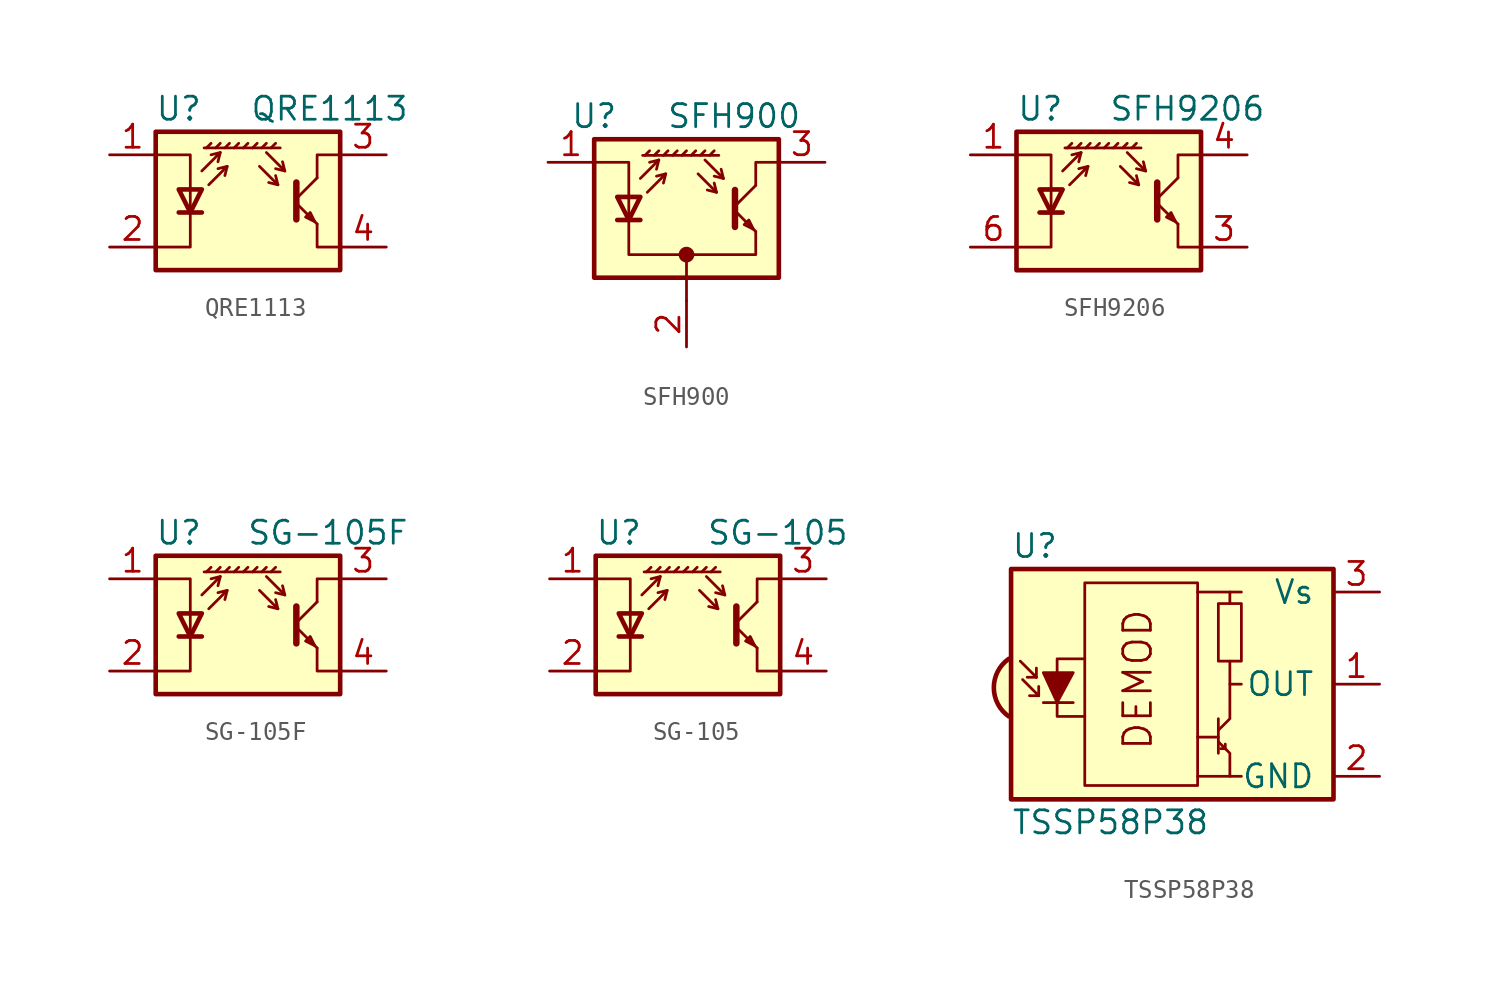
<source format=kicad_sym>
(kicad_symbol_lib
  (version 20201005)
  (generator kicad_symbol_editor)
  (symbol "Sensor_Proximity:QRE1113"
    (pin_names
      (offset 0.025) hide)
    (property "Reference" "U"
      (at -3.81 5.08 0)
      (effects (font (size 1.27 1.27))))
    (property "Value" "QRE1113"
      (at 8.89 5.08 0)
      (effects (font (size 1.27 1.27)) (justify right)))
    (symbol "QRE1113_0_1"
      (polyline (pts (xy -3.81 -0.635) (xy -2.54 -0.635)) (stroke (width 0.254)) (fill (type none)))
      (polyline (pts (xy -2.286 2.921) (xy -2.032 3.175)) (stroke (width 0)) (fill (type none)))
      (polyline (pts (xy -1.778 2.921) (xy -1.524 3.175)) (stroke (width 0)) (fill (type none)))
      (polyline (pts (xy -1.524 2.667) (xy -1.651 2.159)) (stroke (width 0)) (fill (type none)))
      (polyline (pts (xy -1.27 2.921) (xy -1.016 3.175)) (stroke (width 0)) (fill (type none)))
      (polyline (pts (xy -1.143 1.905) (xy -1.27 1.397)) (stroke (width 0)) (fill (type none)))
      (polyline (pts (xy -0.762 2.921) (xy -0.508 3.175)) (stroke (width 0)) (fill (type none)))
      (polyline (pts (xy -0.254 2.921) (xy 0 3.175)) (stroke (width 0)) (fill (type none)))
      (polyline (pts (xy 0.254 2.921) (xy 0.508 3.175)) (stroke (width 0)) (fill (type none)))
      (polyline (pts (xy 0.762 2.921) (xy 1.016 3.175)) (stroke (width 0)) (fill (type none)))
      (polyline (pts (xy 1.27 2.921) (xy 1.524 3.175)) (stroke (width 0)) (fill (type none)))
      (polyline (pts (xy 1.651 0.889) (xy 1.143 1.016)) (stroke (width 0)) (fill (type none)))
      (polyline (pts (xy 1.778 2.921) (xy -2.413 2.921)) (stroke (width 0)) (fill (type none)))
      (polyline (pts (xy 2.032 1.651) (xy 1.524 1.778)) (stroke (width 0)) (fill (type none)))
      (polyline (pts (xy 2.667 -0.127) (xy 3.81 -1.27)) (stroke (width 0)) (fill (type none)))
      (polyline (pts (xy 2.667 0.127) (xy 3.81 1.27)) (stroke (width 0)) (fill (type none)))
      (polyline (pts (xy -2.54 1.651) (xy -1.524 2.667) (xy -2.032 2.54)) (stroke (width 0)) (fill (type none)))
      (polyline (pts (xy -2.159 0.889) (xy -1.143 1.905) (xy -1.651 1.778)) (stroke (width 0)) (fill (type none)))
      (polyline (pts (xy 0.635 1.905) (xy 1.651 0.889) (xy 1.524 1.397)) (stroke (width 0)) (fill (type none)))
      (polyline (pts (xy 1.016 2.667) (xy 2.032 1.651) (xy 1.905 2.159)) (stroke (width 0)) (fill (type none)))
      (polyline (pts (xy 2.667 1.016) (xy 2.667 -1.016) (xy 2.667 -1.016)) (stroke (width 0.356)) (fill (type none)))
      (polyline (pts (xy 3.81 -1.27) (xy 3.81 -2.54) (xy 5.08 -2.54)) (stroke (width 0)) (fill (type none)))
      (polyline (pts (xy 3.81 1.27) (xy 3.81 2.54) (xy 5.08 2.54)) (stroke (width 0)) (fill (type none)))
      (polyline (pts (xy -5.08 -2.54) (xy -3.175 -2.54) (xy -3.175 2.54) (xy -5.08 2.54)) (stroke (width 0)) (fill (type none)))
      (polyline (pts (xy -3.175 -0.635) (xy -3.81 0.635) (xy -2.54 0.635) (xy -3.175 -0.635)) (stroke (width 0.254)) (fill (type none)))
      (polyline (pts (xy 3.683 -1.143) (xy 3.429 -0.635) (xy 3.175 -0.889) (xy 3.683 -1.143)) (stroke (width 0)) (fill (type none)))
      (polyline (pts (xy -5.08 -3.81) (xy 5.08 -3.81) (xy 5.08 3.81) (xy -5.08 3.81) (xy -5.08 -3.81)) (stroke (width 0.254)) (fill (type background))))
    (symbol "QRE1113_1_1"
      (pin passive line (at -7.62 2.54 0) (length 2.54) (name "A" (effects (font (size 1.27 1.27)))) (number "1" (effects (font (size 1.27 1.27)))))
      (pin passive line (at -7.62 -2.54 0) (length 2.54) (name "K" (effects (font (size 1.27 1.27)))) (number "2" (effects (font (size 1.27 1.27)))))
      (pin open_collector line (at 7.62 2.54 180) (length 2.54) (name "~" (effects (font (size 1.27 1.27)))) (number "3" (effects (font (size 1.27 1.27)))))
      (pin open_emitter line (at 7.62 -2.54 180) (length 2.54) (name "~" (effects (font (size 1.27 1.27)))) (number "4" (effects (font (size 1.27 1.27)))))))
  (symbol "Sensor_Proximity:SFH900"
    (pin_names
      (offset 1.016) hide)
    (property "Reference" "U"
      (at -5.08 5.08 0)
      (effects (font (size 1.27 1.27))))
    (property "Value" "SFH900"
      (at 6.35 5.08 0)
      (effects (font (size 1.27 1.27)) (justify right)))
    (symbol "SFH900_0_1"
      (circle (center 0 -2.54) (radius 0.356) (stroke (width 0)) (fill (type outline)))
      (polyline (pts (xy -3.81 -0.635) (xy -2.54 -0.635)) (stroke (width 0.254)) (fill (type none)))
      (polyline (pts (xy -2.286 2.921) (xy -2.032 3.175)) (stroke (width 0)) (fill (type none)))
      (polyline (pts (xy -1.778 2.921) (xy -1.524 3.175)) (stroke (width 0)) (fill (type none)))
      (polyline (pts (xy -1.524 2.667) (xy -1.651 2.159)) (stroke (width 0)) (fill (type none)))
      (polyline (pts (xy -1.27 2.921) (xy -1.016 3.175)) (stroke (width 0)) (fill (type none)))
      (polyline (pts (xy -1.143 1.905) (xy -1.27 1.397)) (stroke (width 0)) (fill (type none)))
      (polyline (pts (xy -0.762 2.921) (xy -0.508 3.175)) (stroke (width 0)) (fill (type none)))
      (polyline (pts (xy -0.254 2.921) (xy 0 3.175)) (stroke (width 0)) (fill (type none)))
      (polyline (pts (xy 0 -2.54) (xy 0 -5.08)) (stroke (width 0)) (fill (type none)))
      (polyline (pts (xy 0.254 2.921) (xy 0.508 3.175)) (stroke (width 0)) (fill (type none)))
      (polyline (pts (xy 0.762 2.921) (xy 1.016 3.175)) (stroke (width 0)) (fill (type none)))
      (polyline (pts (xy 1.27 2.921) (xy 1.524 3.175)) (stroke (width 0)) (fill (type none)))
      (polyline (pts (xy 1.651 0.889) (xy 1.143 1.016)) (stroke (width 0)) (fill (type none)))
      (polyline (pts (xy 1.778 2.921) (xy -2.413 2.921)) (stroke (width 0)) (fill (type none)))
      (polyline (pts (xy 2.032 1.651) (xy 1.524 1.778)) (stroke (width 0)) (fill (type none)))
      (polyline (pts (xy 2.667 -0.127) (xy 3.81 -1.27)) (stroke (width 0)) (fill (type none)))
      (polyline (pts (xy 2.667 0.127) (xy 3.81 1.27)) (stroke (width 0)) (fill (type none)))
      (polyline (pts (xy -2.54 1.651) (xy -1.524 2.667) (xy -2.032 2.54)) (stroke (width 0)) (fill (type none)))
      (polyline (pts (xy -2.159 0.889) (xy -1.143 1.905) (xy -1.651 1.778)) (stroke (width 0)) (fill (type none)))
      (polyline (pts (xy 0.635 1.905) (xy 1.651 0.889) (xy 1.524 1.397)) (stroke (width 0)) (fill (type none)))
      (polyline (pts (xy 1.016 2.667) (xy 2.032 1.651) (xy 1.905 2.159)) (stroke (width 0)) (fill (type none)))
      (polyline (pts (xy 2.667 1.016) (xy 2.667 -1.016) (xy 2.667 -1.016)) (stroke (width 0.356)) (fill (type none)))
      (polyline (pts (xy 3.81 1.27) (xy 3.81 2.54) (xy 5.08 2.54)) (stroke (width 0)) (fill (type none)))
      (polyline (pts (xy -3.175 -0.635) (xy -3.81 0.635) (xy -2.54 0.635) (xy -3.175 -0.635)) (stroke (width 0.254)) (fill (type none)))
      (polyline (pts (xy 3.683 -1.143) (xy 3.429 -0.635) (xy 3.175 -0.889) (xy 3.683 -1.143)) (stroke (width 0)) (fill (type none)))
      (polyline (pts (xy -5.08 -3.81) (xy 5.08 -3.81) (xy 5.08 3.81) (xy -5.08 3.81) (xy -5.08 -3.81)) (stroke (width 0.254)) (fill (type background)))
      (polyline (pts (xy -5.08 2.54) (xy -3.175 2.54) (xy -3.175 -2.54) (xy 3.81 -2.54) (xy 3.81 -1.27)) (stroke (width 0)) (fill (type none))))
    (symbol "SFH900_1_1"
      (pin passive line (at -7.62 2.54 0) (length 2.54) (name "A" (effects (font (size 1.27 1.27)))) (number "1" (effects (font (size 1.27 1.27)))))
      (pin passive line (at 0 -7.62 90) (length 2.54) (name "K" (effects (font (size 1.27 1.27)))) (number "2" (effects (font (size 1.27 1.27)))))
      (pin open_collector line (at 7.62 2.54 180) (length 2.54) (name "C" (effects (font (size 1.27 1.27)))) (number "3" (effects (font (size 1.27 1.27)))))))
  (symbol "Sensor_Proximity:SFH9206"
    (pin_names
      (offset 0.025) hide)
    (property "Reference" "U"
      (at -5.08 5.08 0)
      (effects (font (size 1.27 1.27)) (justify left)))
    (property "Value" "SFH9206"
      (at 0 5.08 0)
      (effects (font (size 1.27 1.27)) (justify left)))
    (symbol "SFH9206_0_1"
      (polyline (pts (xy -3.81 -0.635) (xy -2.54 -0.635)) (stroke (width 0.254)) (fill (type none)))
      (polyline (pts (xy -2.286 2.921) (xy -2.032 3.175)) (stroke (width 0)) (fill (type none)))
      (polyline (pts (xy -1.778 2.921) (xy -1.524 3.175)) (stroke (width 0)) (fill (type none)))
      (polyline (pts (xy -1.524 2.667) (xy -1.651 2.159)) (stroke (width 0)) (fill (type none)))
      (polyline (pts (xy -1.27 2.921) (xy -1.016 3.175)) (stroke (width 0)) (fill (type none)))
      (polyline (pts (xy -1.143 1.905) (xy -1.27 1.397)) (stroke (width 0)) (fill (type none)))
      (polyline (pts (xy -0.762 2.921) (xy -0.508 3.175)) (stroke (width 0)) (fill (type none)))
      (polyline (pts (xy -0.254 2.921) (xy 0 3.175)) (stroke (width 0)) (fill (type none)))
      (polyline (pts (xy 0.254 2.921) (xy 0.508 3.175)) (stroke (width 0)) (fill (type none)))
      (polyline (pts (xy 0.762 2.921) (xy 1.016 3.175)) (stroke (width 0)) (fill (type none)))
      (polyline (pts (xy 1.27 2.921) (xy 1.524 3.175)) (stroke (width 0)) (fill (type none)))
      (polyline (pts (xy 1.651 0.889) (xy 1.143 1.016)) (stroke (width 0)) (fill (type none)))
      (polyline (pts (xy 1.778 2.921) (xy -2.413 2.921)) (stroke (width 0)) (fill (type none)))
      (polyline (pts (xy 2.032 1.651) (xy 1.524 1.778)) (stroke (width 0)) (fill (type none)))
      (polyline (pts (xy 2.667 -0.127) (xy 3.81 -1.27)) (stroke (width 0)) (fill (type none)))
      (polyline (pts (xy 2.667 0.127) (xy 3.81 1.27)) (stroke (width 0)) (fill (type none)))
      (polyline (pts (xy -2.54 1.651) (xy -1.524 2.667) (xy -2.032 2.54)) (stroke (width 0)) (fill (type none)))
      (polyline (pts (xy -2.159 0.889) (xy -1.143 1.905) (xy -1.651 1.778)) (stroke (width 0)) (fill (type none)))
      (polyline (pts (xy 0.635 1.905) (xy 1.651 0.889) (xy 1.524 1.397)) (stroke (width 0)) (fill (type none)))
      (polyline (pts (xy 1.016 2.667) (xy 2.032 1.651) (xy 1.905 2.159)) (stroke (width 0)) (fill (type none)))
      (polyline (pts (xy 2.667 1.016) (xy 2.667 -1.016) (xy 2.667 -1.016)) (stroke (width 0.356)) (fill (type none)))
      (polyline (pts (xy 3.81 -1.27) (xy 3.81 -2.54) (xy 5.08 -2.54)) (stroke (width 0)) (fill (type none)))
      (polyline (pts (xy 3.81 1.27) (xy 3.81 2.54) (xy 5.08 2.54)) (stroke (width 0)) (fill (type none)))
      (polyline (pts (xy -5.08 -2.54) (xy -3.175 -2.54) (xy -3.175 2.54) (xy -5.08 2.54)) (stroke (width 0)) (fill (type none)))
      (polyline (pts (xy -3.175 -0.635) (xy -3.81 0.635) (xy -2.54 0.635) (xy -3.175 -0.635)) (stroke (width 0.254)) (fill (type none)))
      (polyline (pts (xy 3.683 -1.143) (xy 3.429 -0.635) (xy 3.175 -0.889) (xy 3.683 -1.143)) (stroke (width 0)) (fill (type none)))
      (polyline (pts (xy -5.08 -3.81) (xy 5.08 -3.81) (xy 5.08 3.81) (xy -5.08 3.81) (xy -5.08 -3.81)) (stroke (width 0.254)) (fill (type background))))
    (symbol "SFH9206_1_1"
      (pin passive line (at -7.62 2.54 0) (length 2.54) (name "A" (effects (font (size 1.27 1.27)))) (number "1" (effects (font (size 1.27 1.27)))))
      (pin no_connect line (at -5.08 0 0) (length 2.54) hide (name "NC" (effects (font (size 1.27 1.27)))) (number "2" (effects (font (size 1.27 1.27)))))
      (pin open_emitter line (at 7.62 -2.54 180) (length 2.54) (name "E" (effects (font (size 1.27 1.27)))) (number "3" (effects (font (size 1.27 1.27)))))
      (pin open_collector line (at 7.62 2.54 180) (length 2.54) (name "C" (effects (font (size 1.27 1.27)))) (number "4" (effects (font (size 1.27 1.27)))))
      (pin no_connect line (at 5.08 0 180) (length 2.54) hide (name "NC" (effects (font (size 1.27 1.27)))) (number "5" (effects (font (size 1.27 1.27)))))
      (pin passive line (at -7.62 -2.54 0) (length 2.54) (name "K" (effects (font (size 1.27 1.27)))) (number "6" (effects (font (size 1.27 1.27)))))))
  (symbol "Sensor_Proximity:SG-105F"
    (pin_names
      (offset 1.016) hide)
    (property "Reference" "U"
      (at -3.81 5.08 0)
      (effects (font (size 1.27 1.27))))
    (property "Value" "SG-105F"
      (at 8.89 5.08 0)
      (effects (font (size 1.27 1.27)) (justify right)))
    (symbol "SG-105F_0_1"
      (polyline (pts (xy -3.81 -0.635) (xy -2.54 -0.635)) (stroke (width 0.254)) (fill (type none)))
      (polyline (pts (xy -2.286 2.921) (xy -2.032 3.175)) (stroke (width 0)) (fill (type none)))
      (polyline (pts (xy -1.778 2.921) (xy -1.524 3.175)) (stroke (width 0)) (fill (type none)))
      (polyline (pts (xy -1.524 2.667) (xy -1.651 2.159)) (stroke (width 0)) (fill (type none)))
      (polyline (pts (xy -1.27 2.921) (xy -1.016 3.175)) (stroke (width 0)) (fill (type none)))
      (polyline (pts (xy -1.143 1.905) (xy -1.27 1.397)) (stroke (width 0)) (fill (type none)))
      (polyline (pts (xy -0.762 2.921) (xy -0.508 3.175)) (stroke (width 0)) (fill (type none)))
      (polyline (pts (xy -0.254 2.921) (xy 0 3.175)) (stroke (width 0)) (fill (type none)))
      (polyline (pts (xy 0.254 2.921) (xy 0.508 3.175)) (stroke (width 0)) (fill (type none)))
      (polyline (pts (xy 0.762 2.921) (xy 1.016 3.175)) (stroke (width 0)) (fill (type none)))
      (polyline (pts (xy 1.27 2.921) (xy 1.524 3.175)) (stroke (width 0)) (fill (type none)))
      (polyline (pts (xy 1.651 0.889) (xy 1.143 1.016)) (stroke (width 0)) (fill (type none)))
      (polyline (pts (xy 1.778 2.921) (xy -2.413 2.921)) (stroke (width 0)) (fill (type none)))
      (polyline (pts (xy 2.032 1.651) (xy 1.524 1.778)) (stroke (width 0)) (fill (type none)))
      (polyline (pts (xy 2.667 -0.127) (xy 3.81 -1.27)) (stroke (width 0)) (fill (type none)))
      (polyline (pts (xy 2.667 0.127) (xy 3.81 1.27)) (stroke (width 0)) (fill (type none)))
      (polyline (pts (xy -2.54 1.651) (xy -1.524 2.667) (xy -2.032 2.54)) (stroke (width 0)) (fill (type none)))
      (polyline (pts (xy -2.159 0.889) (xy -1.143 1.905) (xy -1.651 1.778)) (stroke (width 0)) (fill (type none)))
      (polyline (pts (xy 0.635 1.905) (xy 1.651 0.889) (xy 1.524 1.397)) (stroke (width 0)) (fill (type none)))
      (polyline (pts (xy 1.016 2.667) (xy 2.032 1.651) (xy 1.905 2.159)) (stroke (width 0)) (fill (type none)))
      (polyline (pts (xy 2.667 1.016) (xy 2.667 -1.016) (xy 2.667 -1.016)) (stroke (width 0.356)) (fill (type none)))
      (polyline (pts (xy 3.81 -1.27) (xy 3.81 -2.54) (xy 5.08 -2.54)) (stroke (width 0)) (fill (type none)))
      (polyline (pts (xy 3.81 1.27) (xy 3.81 2.54) (xy 5.08 2.54)) (stroke (width 0)) (fill (type none)))
      (polyline (pts (xy -5.08 -2.54) (xy -3.175 -2.54) (xy -3.175 2.54) (xy -5.08 2.54)) (stroke (width 0)) (fill (type none)))
      (polyline (pts (xy -3.175 -0.635) (xy -3.81 0.635) (xy -2.54 0.635) (xy -3.175 -0.635)) (stroke (width 0.254)) (fill (type none)))
      (polyline (pts (xy 3.683 -1.143) (xy 3.429 -0.635) (xy 3.175 -0.889) (xy 3.683 -1.143)) (stroke (width 0)) (fill (type none)))
      (polyline (pts (xy -5.08 -3.81) (xy 5.08 -3.81) (xy 5.08 3.81) (xy -5.08 3.81) (xy -5.08 -3.81)) (stroke (width 0.254)) (fill (type background))))
    (symbol "SG-105F_1_1"
      (pin passive line (at -7.62 2.54 0) (length 2.54) (name "A" (effects (font (size 1.27 1.27)))) (number "1" (effects (font (size 1.27 1.27)))))
      (pin passive line (at -7.62 -2.54 0) (length 2.54) (name "K" (effects (font (size 1.27 1.27)))) (number "2" (effects (font (size 1.27 1.27)))))
      (pin open_collector line (at 7.62 2.54 180) (length 2.54) (name "C" (effects (font (size 1.27 1.27)))) (number "3" (effects (font (size 1.27 1.27)))))
      (pin open_emitter line (at 7.62 -2.54 180) (length 2.54) (name "E" (effects (font (size 1.27 1.27)))) (number "4" (effects (font (size 1.27 1.27)))))))
  (symbol "Sensor_Proximity:SG-105"
    (pin_names
      (offset 1.016) hide)
    (property "Reference" "U"
      (at -3.81 5.08 0)
      (effects (font (size 1.27 1.27))))
    (property "Value" "SG-105"
      (at 8.89 5.08 0)
      (effects (font (size 1.27 1.27)) (justify right)))
    (symbol "SG-105_0_1"
      (polyline (pts (xy -3.81 -0.635) (xy -2.54 -0.635)) (stroke (width 0.254)) (fill (type none)))
      (polyline (pts (xy -2.286 2.921) (xy -2.032 3.175)) (stroke (width 0)) (fill (type none)))
      (polyline (pts (xy -1.778 2.921) (xy -1.524 3.175)) (stroke (width 0)) (fill (type none)))
      (polyline (pts (xy -1.524 2.667) (xy -1.651 2.159)) (stroke (width 0)) (fill (type none)))
      (polyline (pts (xy -1.27 2.921) (xy -1.016 3.175)) (stroke (width 0)) (fill (type none)))
      (polyline (pts (xy -1.143 1.905) (xy -1.27 1.397)) (stroke (width 0)) (fill (type none)))
      (polyline (pts (xy -0.762 2.921) (xy -0.508 3.175)) (stroke (width 0)) (fill (type none)))
      (polyline (pts (xy -0.254 2.921) (xy 0 3.175)) (stroke (width 0)) (fill (type none)))
      (polyline (pts (xy 0.254 2.921) (xy 0.508 3.175)) (stroke (width 0)) (fill (type none)))
      (polyline (pts (xy 0.762 2.921) (xy 1.016 3.175)) (stroke (width 0)) (fill (type none)))
      (polyline (pts (xy 1.27 2.921) (xy 1.524 3.175)) (stroke (width 0)) (fill (type none)))
      (polyline (pts (xy 1.651 0.889) (xy 1.143 1.016)) (stroke (width 0)) (fill (type none)))
      (polyline (pts (xy 1.778 2.921) (xy -2.413 2.921)) (stroke (width 0)) (fill (type none)))
      (polyline (pts (xy 2.032 1.651) (xy 1.524 1.778)) (stroke (width 0)) (fill (type none)))
      (polyline (pts (xy 2.667 -0.127) (xy 3.81 -1.27)) (stroke (width 0)) (fill (type none)))
      (polyline (pts (xy 2.667 0.127) (xy 3.81 1.27)) (stroke (width 0)) (fill (type none)))
      (polyline (pts (xy -2.54 1.651) (xy -1.524 2.667) (xy -2.032 2.54)) (stroke (width 0)) (fill (type none)))
      (polyline (pts (xy -2.159 0.889) (xy -1.143 1.905) (xy -1.651 1.778)) (stroke (width 0)) (fill (type none)))
      (polyline (pts (xy 0.635 1.905) (xy 1.651 0.889) (xy 1.524 1.397)) (stroke (width 0)) (fill (type none)))
      (polyline (pts (xy 1.016 2.667) (xy 2.032 1.651) (xy 1.905 2.159)) (stroke (width 0)) (fill (type none)))
      (polyline (pts (xy 2.667 1.016) (xy 2.667 -1.016) (xy 2.667 -1.016)) (stroke (width 0.356)) (fill (type none)))
      (polyline (pts (xy 3.81 -1.27) (xy 3.81 -2.54) (xy 5.08 -2.54)) (stroke (width 0)) (fill (type none)))
      (polyline (pts (xy 3.81 1.27) (xy 3.81 2.54) (xy 5.08 2.54)) (stroke (width 0)) (fill (type none)))
      (polyline (pts (xy -5.08 -2.54) (xy -3.175 -2.54) (xy -3.175 2.54) (xy -5.08 2.54)) (stroke (width 0)) (fill (type none)))
      (polyline (pts (xy -3.175 -0.635) (xy -3.81 0.635) (xy -2.54 0.635) (xy -3.175 -0.635)) (stroke (width 0.254)) (fill (type none)))
      (polyline (pts (xy 3.683 -1.143) (xy 3.429 -0.635) (xy 3.175 -0.889) (xy 3.683 -1.143)) (stroke (width 0)) (fill (type none)))
      (polyline (pts (xy -5.08 -3.81) (xy 5.08 -3.81) (xy 5.08 3.81) (xy -5.08 3.81) (xy -5.08 -3.81)) (stroke (width 0.254)) (fill (type background))))
    (symbol "SG-105_1_1"
      (pin passive line (at -7.62 2.54 0) (length 2.54) (name "A" (effects (font (size 1.27 1.27)))) (number "1" (effects (font (size 1.27 1.27)))))
      (pin passive line (at -7.62 -2.54 0) (length 2.54) (name "K" (effects (font (size 1.27 1.27)))) (number "2" (effects (font (size 1.27 1.27)))))
      (pin open_collector line (at 7.62 2.54 180) (length 2.54) (name "C" (effects (font (size 1.27 1.27)))) (number "3" (effects (font (size 1.27 1.27)))))
      (pin open_emitter line (at 7.62 -2.54 180) (length 2.54) (name "E" (effects (font (size 1.27 1.27)))) (number "4" (effects (font (size 1.27 1.27)))))))
  (symbol "Sensor_Proximity:TSSP58P38"
    (pin_names
      (offset 1.016))
    (property "Reference" "U"
      (at -10.16 7.62 0)
      (effects (font (size 1.27 1.27)) (justify left)))
    (property "Value" "TSSP58P38"
      (at -10.16 -7.62 0)
      (effects (font (size 1.27 1.27)) (justify left)))
    (symbol "TSSP58P38_0_0"
      (arc (start -10.287 1.397) (end -10.287 -1.778) (radius (at -9.144 -0.1778) (length 1.9558) (angles 126 -125.5)) (stroke (width 0.254)) (fill (type background)))
      (text "DEMOD" (at -3.175 0.254 900) (effects (font (size 1.524 1.524))))
      (polyline (pts (xy 1.905 -5.08) (xy 0.127 -5.08)) (stroke (width 0)) (fill (type none)))
      (polyline (pts (xy 1.905 5.08) (xy 0.127 5.08)) (stroke (width 0)) (fill (type none))))
    (symbol "TSSP58P38_0_1"
      (rectangle (start -6.096 5.588) (end 0.127 -5.588) (stroke (width 0)) (fill (type none)))
      (rectangle (start 2.54 1.27) (end 1.27 4.445) (stroke (width 0)) (fill (type none)))
      (rectangle (start 7.62 6.35) (end -10.16 -6.35) (stroke (width 0.254)) (fill (type background)))
      (polyline (pts (xy -8.763 0.381) (xy -9.652 1.27)) (stroke (width 0)) (fill (type none)))
      (polyline (pts (xy -8.763 0.381) (xy -9.271 0.381)) (stroke (width 0)) (fill (type none)))
      (polyline (pts (xy -8.763 0.381) (xy -8.763 0.889)) (stroke (width 0)) (fill (type none)))
      (polyline (pts (xy -8.636 -0.635) (xy -9.525 0.254)) (stroke (width 0)) (fill (type none)))
      (polyline (pts (xy -8.636 -0.635) (xy -9.144 -0.635)) (stroke (width 0)) (fill (type none)))
      (polyline (pts (xy -8.636 -0.635) (xy -8.636 -0.127)) (stroke (width 0)) (fill (type none)))
      (polyline (pts (xy -8.382 -1.016) (xy -6.731 -1.016)) (stroke (width 0)) (fill (type none)))
      (polyline (pts (xy 1.27 -2.921) (xy 0.127 -2.921)) (stroke (width 0)) (fill (type none)))
      (polyline (pts (xy 1.27 -1.905) (xy 1.27 -3.81)) (stroke (width 0)) (fill (type none)))
      (polyline (pts (xy 1.397 -3.556) (xy 1.524 -3.556)) (stroke (width 0)) (fill (type none)))
      (polyline (pts (xy 1.651 -3.556) (xy 1.524 -3.556)) (stroke (width 0)) (fill (type none)))
      (polyline (pts (xy 1.651 -3.556) (xy 1.651 -3.302)) (stroke (width 0)) (fill (type none)))
      (polyline (pts (xy 1.905 0) (xy 1.905 1.27)) (stroke (width 0)) (fill (type none)))
      (polyline (pts (xy 1.905 4.445) (xy 1.905 5.08) (xy 2.54 5.08)) (stroke (width 0)) (fill (type none)))
      (polyline (pts (xy -8.382 0.635) (xy -6.731 0.635) (xy -7.62 -1.016) (xy -8.382 0.635)) (stroke (width 0)) (fill (type outline)))
      (polyline (pts (xy -6.096 1.397) (xy -7.62 1.397) (xy -7.62 -1.778) (xy -6.096 -1.778)) (stroke (width 0)) (fill (type none)))
      (polyline (pts (xy 1.27 -3.175) (xy 1.905 -3.81) (xy 1.905 -5.08) (xy 2.54 -5.08)) (stroke (width 0)) (fill (type none)))
      (polyline (pts (xy 1.27 -2.54) (xy 1.905 -1.905) (xy 1.905 0) (xy 2.54 0)) (stroke (width 0)) (fill (type none))))
    (symbol "TSSP58P38_1_1"
      (pin output line (at 10.16 0 180) (length 2.54) (name "OUT" (effects (font (size 1.27 1.27)))) (number "1" (effects (font (size 1.27 1.27)))))
      (pin power_in line (at 10.16 -5.08 180) (length 2.54) (name "GND" (effects (font (size 1.27 1.27)))) (number "2" (effects (font (size 1.27 1.27)))))
      (pin power_in line (at 10.16 5.08 180) (length 2.54) (name "Vs" (effects (font (size 1.27 1.27)))) (number "3" (effects (font (size 1.27 1.27))))))))
</source>
